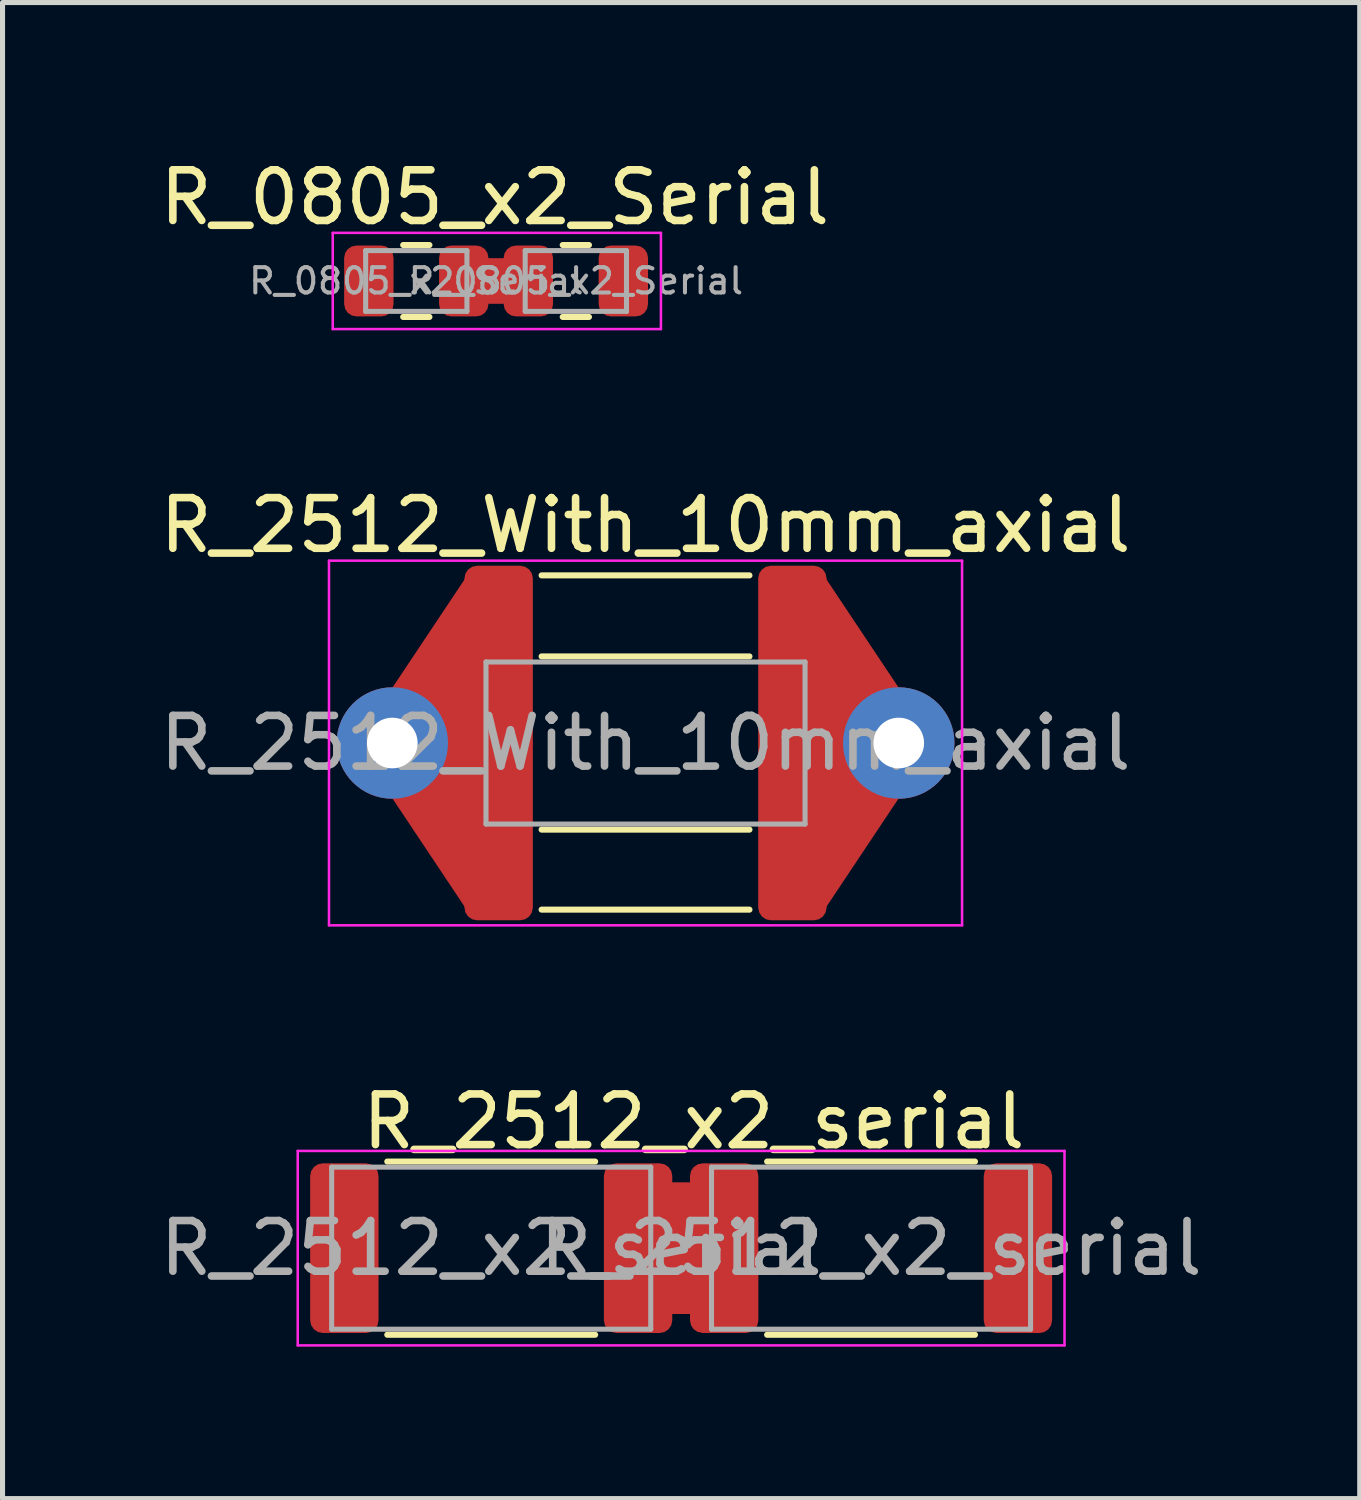
<source format=kicad_pcb>
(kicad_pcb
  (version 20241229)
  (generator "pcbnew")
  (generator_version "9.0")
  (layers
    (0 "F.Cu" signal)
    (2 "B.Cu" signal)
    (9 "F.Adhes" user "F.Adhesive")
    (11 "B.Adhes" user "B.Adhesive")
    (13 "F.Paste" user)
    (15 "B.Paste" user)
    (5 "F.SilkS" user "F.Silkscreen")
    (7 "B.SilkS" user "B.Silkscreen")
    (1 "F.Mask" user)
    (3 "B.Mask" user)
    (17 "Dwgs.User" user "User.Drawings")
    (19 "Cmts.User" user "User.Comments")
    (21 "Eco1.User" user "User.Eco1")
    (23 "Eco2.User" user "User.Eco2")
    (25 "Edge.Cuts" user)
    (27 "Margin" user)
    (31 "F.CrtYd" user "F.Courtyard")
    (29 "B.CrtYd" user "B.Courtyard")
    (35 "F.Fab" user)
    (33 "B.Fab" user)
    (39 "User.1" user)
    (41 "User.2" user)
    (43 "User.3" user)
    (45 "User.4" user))
  (footprint "R_0805_x2_Serial"
    (layer "F.Cu")
    (at 6.72 2.498)
    (property "Reference" "R_0805_x2_Serial" (at 0 -1.65 0) (layer "F.SilkS") (effects (font (size 1 1) (thickness 0.15))))
    (attr smd)
    (fp_poly (pts (xy -0.6 -0.4) (xy 0.7 -0.4) (xy 0.7 0.4) (xy -0.6 0.4)) (stroke (width 0.1) (type solid)) (fill yes) (layer "F.Cu"))
    (fp_line (start -1.809 -0.71) (end -1.291 -0.71) (stroke (width 0.12) (type solid)) (layer "F.SilkS"))
    (fp_line (start -1.809 0.71) (end -1.291 0.71) (stroke (width 0.12) (type solid)) (layer "F.SilkS"))
    (fp_line (start 1.341 -0.71) (end 1.859 -0.71) (stroke (width 0.12) (type solid)) (layer "F.SilkS"))
    (fp_line (start 1.341 0.71) (end 1.859 0.71) (stroke (width 0.12) (type solid)) (layer "F.SilkS"))
    (fp_line (start -3.2 -0.95) (end 3.28 -0.95) (stroke (width 0.05) (type solid)) (layer "F.CrtYd"))
    (fp_line (start -3.2 0.95) (end -3.2 -0.95) (stroke (width 0.05) (type solid)) (layer "F.CrtYd"))
    (fp_line (start 3.28 -0.95) (end 3.28 0.95) (stroke (width 0.05) (type solid)) (layer "F.CrtYd"))
    (fp_line (start 3.28 0.95) (end -3.2 0.95) (stroke (width 0.05) (type solid)) (layer "F.CrtYd"))
    (fp_line (start -2.55 -0.6) (end -0.55 -0.6) (stroke (width 0.1) (type solid)) (layer "F.Fab"))
    (fp_line (start -2.55 0.6) (end -2.55 -0.6) (stroke (width 0.1) (type solid)) (layer "F.Fab"))
    (fp_line (start -0.55 -0.6) (end -0.55 0.6) (stroke (width 0.1) (type solid)) (layer "F.Fab"))
    (fp_line (start -0.55 0.6) (end -2.55 0.6) (stroke (width 0.1) (type solid)) (layer "F.Fab"))
    (fp_line (start 0.6 -0.6) (end 2.6 -0.6) (stroke (width 0.1) (type solid)) (layer "F.Fab"))
    (fp_line (start 0.6 0.6) (end 0.6 -0.6) (stroke (width 0.1) (type solid)) (layer "F.Fab"))
    (fp_line (start 2.6 -0.6) (end 2.6 0.6) (stroke (width 0.1) (type solid)) (layer "F.Fab"))
    (fp_line (start 2.6 0.6) (end 0.6 0.6) (stroke (width 0.1) (type solid)) (layer "F.Fab"))
    (fp_text user "${REFERENCE}" (at -1.55 0 0) (layer "F.Fab") (effects (font (size 0.5 0.5) (thickness 0.08))))
    (fp_text user "${REFERENCE}" (at 1.6 0 0) (layer "F.Fab") (effects (font (size 0.5 0.5) (thickness 0.08))))
    (pad "1" smd roundrect (at -2.487 0) (size 0.975 1.4) (layers "F.Cu" "F.Mask" "F.Paste") (roundrect_rratio 0.25))
    (pad "2" smd roundrect (at 2.538 0) (size 0.975 1.4) (layers "F.Cu" "F.Mask" "F.Paste") (roundrect_rratio 0.25))
    (pad "~" smd roundrect (at -0.613 0) (size 0.975 1.4) (layers "F.Cu" "F.Mask" "F.Paste") (roundrect_rratio 0.25))
    (pad "~" smd roundrect (at 0.662 0) (size 0.975 1.4) (layers "F.Cu" "F.Mask" "F.Paste") (roundrect_rratio 0.25)))
  (footprint "R_2512_With_10mm_axial"
    (layer "F.Cu")
    (at 9.696 11.621)
    (property "Reference" "R_2512_With_10mm_axial" (at 0 -4.3 0) (layer "F.SilkS") (effects (font (size 1 1) (thickness 0.15))))
    (attr smd)
    (fp_poly (pts (xy -5 -1) (xy -3.4 -3.4) (xy -3.4 3.4) (xy -5 1)) (stroke (width 0.1) (type solid)) (fill yes) (layer "F.Cu"))
    (fp_poly (pts (xy 3.4 -3.4) (xy 5 -1) (xy 5 1) (xy 3.4 3.4)) (stroke (width 0.1) (type solid)) (fill yes) (layer "F.Cu"))
    (fp_line (start -2.052 -3.31) (end 2.052 -3.31) (stroke (width 0.12) (type solid)) (layer "F.SilkS"))
    (fp_line (start -2.052 -1.71) (end 2.052 -1.71) (stroke (width 0.12) (type solid)) (layer "F.SilkS"))
    (fp_line (start -2.052 1.71) (end 2.052 1.71) (stroke (width 0.12) (type solid)) (layer "F.SilkS"))
    (fp_line (start -2.052 3.29) (end 2.052 3.29) (stroke (width 0.12) (type solid)) (layer "F.SilkS"))
    (fp_line (start -6.25 -3.6) (end 6.25 -3.6) (stroke (width 0.05) (type solid)) (layer "F.CrtYd"))
    (fp_line (start -6.25 3.6) (end -6.25 -3.6) (stroke (width 0.05) (type solid)) (layer "F.CrtYd"))
    (fp_line (start 6.25 -3.6) (end 6.25 3.6) (stroke (width 0.05) (type solid)) (layer "F.CrtYd"))
    (fp_line (start 6.25 3.6) (end -6.25 3.6) (stroke (width 0.05) (type solid)) (layer "F.CrtYd"))
    (fp_line (start -3.15 -1.6) (end 3.15 -1.6) (stroke (width 0.1) (type solid)) (layer "F.Fab"))
    (fp_line (start -3.15 1.6) (end -3.15 -1.6) (stroke (width 0.1) (type solid)) (layer "F.Fab"))
    (fp_line (start 3.15 -1.6) (end 3.15 1.6) (stroke (width 0.1) (type solid)) (layer "F.Fab"))
    (fp_line (start 3.15 1.6) (end -3.15 1.6) (stroke (width 0.1) (type solid)) (layer "F.Fab"))
    (fp_text user "${REFERENCE}" (at 0 0 0) (layer "F.Fab") (effects (font (size 1 1) (thickness 0.15))))
    (pad "1" thru_hole circle (at -5 0) (size 2.2 2.2) (drill 1) (layers "*.Cu" "*.Mask"))
    (pad "2" thru_hole circle (at 5 0) (size 2.2 2.2) (drill 1) (layers "*.Cu" "*.Mask"))
    (pad "~" smd roundrect (at -2.9 0) (size 1.35 7) (layers "F.Cu" "F.Mask" "F.Paste") (roundrect_rratio 0.185))
    (pad "~" smd roundrect (at 2.9 0) (size 1.35 7) (layers "F.Cu" "F.Mask" "F.Paste") (roundrect_rratio 0.185)))
  (footprint "R_2512_x2_serial"
    (layer "F.Cu")
    (at 10.399 21.595)
    (property "Reference" "R_2512_x2_serial" (at 0.25 -2.5 0) (layer "F.SilkS") (effects (font (size 1 1) (thickness 0.15))))
    (attr smd)
    (fp_poly (pts (xy -0.75 -1.25) (xy 0.75 -1.25) (xy 0.75 1.25) (xy -0.75 1.25)) (stroke (width 0.1) (type solid)) (fill yes) (layer "F.Cu"))
    (fp_line (start -5.802 -1.71) (end -1.698 -1.71) (stroke (width 0.12) (type solid)) (layer "F.SilkS"))
    (fp_line (start -5.802 1.71) (end -1.698 1.71) (stroke (width 0.12) (type solid)) (layer "F.SilkS"))
    (fp_line (start 1.698 -1.71) (end 5.802 -1.71) (stroke (width 0.12) (type solid)) (layer "F.SilkS"))
    (fp_line (start 1.698 1.71) (end 5.802 1.71) (stroke (width 0.12) (type solid)) (layer "F.SilkS"))
    (fp_line (start -7.57 -1.92) (end 7.57 -1.92) (stroke (width 0.05) (type solid)) (layer "F.CrtYd"))
    (fp_line (start -7.57 1.92) (end -7.57 -1.92) (stroke (width 0.05) (type solid)) (layer "F.CrtYd"))
    (fp_line (start 7.57 -1.92) (end 7.57 1.92) (stroke (width 0.05) (type solid)) (layer "F.CrtYd"))
    (fp_line (start 7.57 1.92) (end -7.57 1.92) (stroke (width 0.05) (type solid)) (layer "F.CrtYd"))
    (fp_line (start -6.9 -1.6) (end -0.6 -1.6) (stroke (width 0.1) (type solid)) (layer "F.Fab"))
    (fp_line (start -6.9 1.6) (end -6.9 -1.6) (stroke (width 0.1) (type solid)) (layer "F.Fab"))
    (fp_line (start -0.6 -1.6) (end -0.6 1.6) (stroke (width 0.1) (type solid)) (layer "F.Fab"))
    (fp_line (start -0.6 1.6) (end -6.9 1.6) (stroke (width 0.1) (type solid)) (layer "F.Fab"))
    (fp_line (start 0.6 -1.6) (end 6.9 -1.6) (stroke (width 0.1) (type solid)) (layer "F.Fab"))
    (fp_line (start 0.6 1.6) (end 0.6 -1.6) (stroke (width 0.1) (type solid)) (layer "F.Fab"))
    (fp_line (start 6.9 -1.6) (end 6.9 1.6) (stroke (width 0.1) (type solid)) (layer "F.Fab"))
    (fp_line (start 6.9 1.6) (end 0.6 1.6) (stroke (width 0.1) (type solid)) (layer "F.Fab"))
    (fp_text user "${REFERENCE}" (at 3.75 0 0) (layer "F.Fab") (effects (font (size 1 1) (thickness 0.15))))
    (fp_text user "${REFERENCE}" (at -3.75 0 0) (layer "F.Fab") (effects (font (size 1 1) (thickness 0.15))))
    (pad "1" smd roundrect (at -6.65 0) (size 1.35 3.35) (layers "F.Cu" "F.Mask" "F.Paste") (roundrect_rratio 0.185))
    (pad "2" smd roundrect (at 6.65 0) (size 1.35 3.35) (layers "F.Cu" "F.Mask" "F.Paste") (roundrect_rratio 0.185))
    (pad "~" smd roundrect (at -0.85 0) (size 1.35 3.35) (layers "F.Cu" "F.Mask" "F.Paste") (roundrect_rratio 0.185))
    (pad "~" smd roundrect (at 0.85 0) (size 1.35 3.35) (layers "F.Cu" "F.Mask" "F.Paste") (roundrect_rratio 0.185)))
  (gr_rect
    (start -3 -3)
    (end 23.798 26.54)
    (stroke (width 0.1) (type default))
    (fill no)
    (layer "Edge.Cuts")))
</source>
